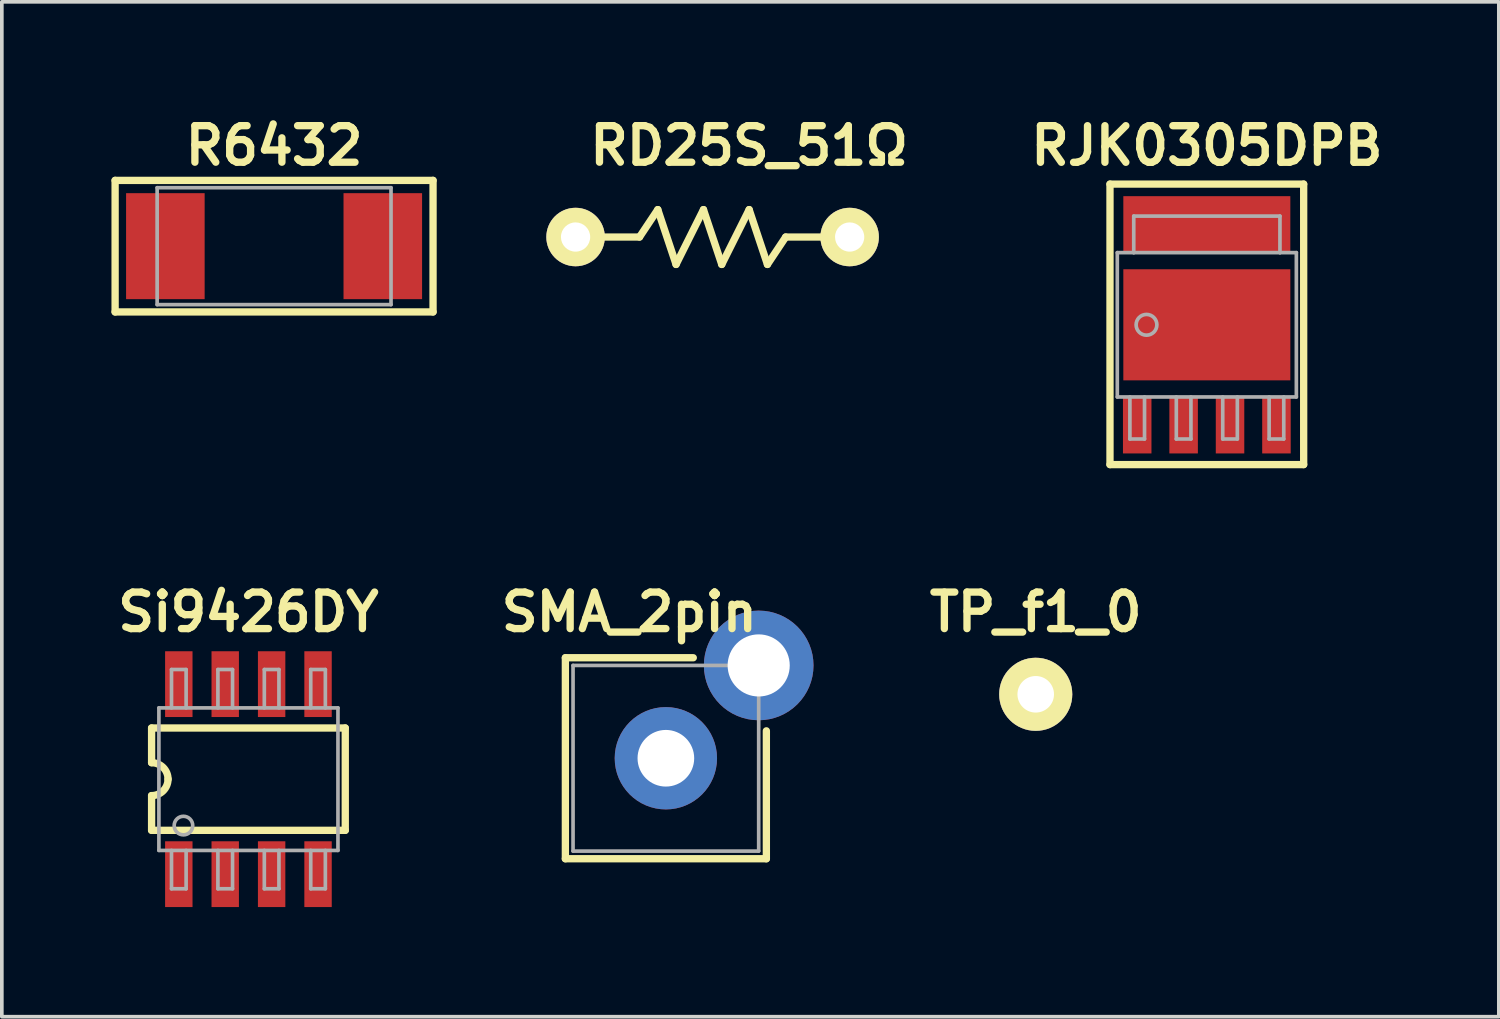
<source format=kicad_pcb>
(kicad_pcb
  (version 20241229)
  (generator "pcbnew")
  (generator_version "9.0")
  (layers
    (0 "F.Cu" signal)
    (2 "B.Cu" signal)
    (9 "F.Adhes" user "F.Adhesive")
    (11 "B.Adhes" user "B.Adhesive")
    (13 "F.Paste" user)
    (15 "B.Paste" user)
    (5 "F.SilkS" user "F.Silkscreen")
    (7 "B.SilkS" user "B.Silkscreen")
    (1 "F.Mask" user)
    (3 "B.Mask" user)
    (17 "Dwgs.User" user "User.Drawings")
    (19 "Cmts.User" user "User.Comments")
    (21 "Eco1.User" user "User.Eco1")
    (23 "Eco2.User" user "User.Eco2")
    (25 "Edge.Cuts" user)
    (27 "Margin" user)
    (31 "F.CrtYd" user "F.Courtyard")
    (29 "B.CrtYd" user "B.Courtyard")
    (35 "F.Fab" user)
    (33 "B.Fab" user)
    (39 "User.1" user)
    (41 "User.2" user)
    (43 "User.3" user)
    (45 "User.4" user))
  (footprint "RJK0305DPB"
    (layer "F.Cu")
    (at 29.974 5.838)
    (property "Reference" "RJK0305DPB" (at 0 -4.9 0) (layer "F.SilkS") (effects (font (size 1.001 1.001) (thickness 0.201))))
    (attr through_hole)
    (fp_line (start -2.65 -3.85) (end -2.65 3.825) (stroke (width 0.2) (type solid)) (layer "F.SilkS"))
    (fp_line (start -2.65 -3.85) (end 2.65 -3.85) (stroke (width 0.2) (type solid)) (layer "F.SilkS"))
    (fp_line (start -2.65 3.825) (end 2.65 3.825) (stroke (width 0.2) (type solid)) (layer "F.SilkS"))
    (fp_line (start 2.65 3.825) (end 2.65 -3.85) (stroke (width 0.2) (type solid)) (layer "F.SilkS"))
    (fp_line (start -2.45 -1.975) (end -2.45 1.975) (stroke (width 0.1) (type solid)) (layer "F.Fab"))
    (fp_line (start -2.105 1.975) (end -2.105 3.125) (stroke (width 0.1) (type solid)) (layer "F.Fab"))
    (fp_line (start -2.105 3.125) (end -1.705 3.125) (stroke (width 0.1) (type solid)) (layer "F.Fab"))
    (fp_line (start -2 -2.975) (end 2 -2.975) (stroke (width 0.1) (type solid)) (layer "F.Fab"))
    (fp_line (start -2 -1.975) (end -2.45 -1.975) (stroke (width 0.1) (type solid)) (layer "F.Fab"))
    (fp_line (start -2 -1.975) (end -2 -2.975) (stroke (width 0.1) (type solid)) (layer "F.Fab"))
    (fp_line (start -1.705 3.125) (end -1.705 1.975) (stroke (width 0.1) (type solid)) (layer "F.Fab"))
    (fp_line (start -0.835 1.975) (end -0.835 3.125) (stroke (width 0.1) (type solid)) (layer "F.Fab"))
    (fp_line (start -0.835 3.125) (end -0.435 3.125) (stroke (width 0.1) (type solid)) (layer "F.Fab"))
    (fp_line (start -0.435 3.125) (end -0.435 1.975) (stroke (width 0.1) (type solid)) (layer "F.Fab"))
    (fp_line (start 0.435 1.975) (end 0.435 3.125) (stroke (width 0.1) (type solid)) (layer "F.Fab"))
    (fp_line (start 0.435 3.125) (end 0.835 3.125) (stroke (width 0.1) (type solid)) (layer "F.Fab"))
    (fp_line (start 0.835 3.125) (end 0.835 1.975) (stroke (width 0.1) (type solid)) (layer "F.Fab"))
    (fp_line (start 1.705 1.975) (end 1.705 3.125) (stroke (width 0.1) (type solid)) (layer "F.Fab"))
    (fp_line (start 1.705 3.125) (end 2.105 3.125) (stroke (width 0.1) (type solid)) (layer "F.Fab"))
    (fp_line (start 2 -1.975) (end -2 -1.975) (stroke (width 0.1) (type solid)) (layer "F.Fab"))
    (fp_line (start 2.001 -1.975) (end 2.001 -2.975) (stroke (width 0.1) (type solid)) (layer "F.Fab"))
    (fp_line (start 2.105 3.125) (end 2.105 1.975) (stroke (width 0.1) (type solid)) (layer "F.Fab"))
    (fp_line (start 2.45 -1.975) (end 2 -1.975) (stroke (width 0.1) (type solid)) (layer "F.Fab"))
    (fp_line (start 2.45 1.975) (end -2.45 1.975) (stroke (width 0.1) (type solid)) (layer "F.Fab"))
    (fp_line (start 2.45 1.975) (end 2.45 -1.975) (stroke (width 0.1) (type solid)) (layer "F.Fab"))
    (fp_circle (center -1.651 0) (end -1.397 0.127) (stroke (width 0.1) (type solid)) (fill no) (layer "F.Fab"))
    (pad "1" smd rect (at 0 -2.76) (size 4.57 1.52) (layers "F.Cu" "F.Mask" "F.Paste"))
    (pad "1" smd rect (at 0 0) (size 4.57 3.04) (layers "F.Cu" "F.Mask" "F.Paste"))
    (pad "2" smd rect (at 1.905 2.76) (size 0.78 1.52) (layers "F.Cu" "F.Mask" "F.Paste"))
    (pad "3" smd rect (at -1.905 2.76) (size 0.78 1.52) (layers "F.Cu" "F.Mask" "F.Paste"))
    (pad "3" smd rect (at -0.635 2.76) (size 0.78 1.52) (layers "F.Cu" "F.Mask" "F.Paste"))
    (pad "3" smd rect (at 0.635 2.76) (size 0.78 1.52) (layers "F.Cu" "F.Mask" "F.Paste")))
  (footprint "RD25S_51Ω"
    (layer "F.Cu")
    (at 12.7 3.436)
    (property "Reference" "RD25S_51Ω" (at 4.75 -2.5 0) (layer "F.SilkS") (effects (font (size 1 1) (thickness 0.2))))
    (attr through_hole)
    (fp_line (start 1.75 0) (end 0.75 0) (stroke (width 0.2) (type solid)) (layer "F.SilkS"))
    (fp_line (start 1.75 0) (end 2.25 -0.75) (stroke (width 0.2) (type solid)) (layer "F.SilkS"))
    (fp_line (start 2.25 -0.75) (end 2.75 0.75) (stroke (width 0.2) (type solid)) (layer "F.SilkS"))
    (fp_line (start 2.75 0.75) (end 3.5 -0.75) (stroke (width 0.2) (type solid)) (layer "F.SilkS"))
    (fp_line (start 3.5 -0.75) (end 4 0.75) (stroke (width 0.2) (type solid)) (layer "F.SilkS"))
    (fp_line (start 4 0.75) (end 4.75 -0.75) (stroke (width 0.2) (type solid)) (layer "F.SilkS"))
    (fp_line (start 4.75 -0.75) (end 5.25 0.75) (stroke (width 0.2) (type solid)) (layer "F.SilkS"))
    (fp_line (start 5.25 0.75) (end 5.75 0) (stroke (width 0.2) (type solid)) (layer "F.SilkS"))
    (fp_line (start 5.75 0) (end 6.75 0) (stroke (width 0.2) (type solid)) (layer "F.SilkS"))
    (pad "1" thru_hole circle (at 0 0) (size 1.6 1.6) (drill 0.8) (layers "*.Cu" "*.Mask" "F.SilkS"))
    (pad "2" thru_hole circle (at 7.5 0) (size 1.6 1.6) (drill 0.8) (layers "*.Cu" "*.Mask" "F.SilkS")))
  (footprint "Si9426DY"
    (layer "F.Cu")
    (at 3.748 18.271)
    (property "Reference" "Si9426DY" (at 0 -4.572 0) (layer "F.SilkS") (effects (font (size 1 1) (thickness 0.2))))
    (attr through_hole)
    (fp_line (start -2.65 -1.4) (end -2.65 -0.45) (stroke (width 0.2) (type solid)) (layer "F.SilkS"))
    (fp_line (start -2.65 -1.4) (end 2.65 -1.4) (stroke (width 0.2) (type solid)) (layer "F.SilkS"))
    (fp_line (start -2.65 1.4) (end -2.65 0.45) (stroke (width 0.2) (type solid)) (layer "F.SilkS"))
    (fp_line (start 2.65 -1.4) (end 2.65 1.4) (stroke (width 0.2) (type solid)) (layer "F.SilkS"))
    (fp_line (start 2.65 1.4) (end -2.65 1.4) (stroke (width 0.2) (type solid)) (layer "F.SilkS"))
    (fp_arc (start -2.65 -0.45) (mid -2.331802 -0.318198) (end -2.2 0) (stroke (width 0.2) (type solid)) (layer "F.SilkS"))
    (fp_arc (start -2.2 0) (mid -2.331802 0.318198) (end -2.65 0.45) (stroke (width 0.2) (type solid)) (layer "F.SilkS"))
    (fp_line (start -2.45 -1.95) (end -2.45 1.95) (stroke (width 0.1) (type solid)) (layer "F.Fab"))
    (fp_line (start -2.45 1.95) (end 2.45 1.95) (stroke (width 0.1) (type solid)) (layer "F.Fab"))
    (fp_line (start -2.105 -3) (end -2.105 -1.95) (stroke (width 0.1) (type solid)) (layer "F.Fab"))
    (fp_line (start -2.105 1.95) (end -2.105 3) (stroke (width 0.1) (type solid)) (layer "F.Fab"))
    (fp_line (start -2.105 3) (end -1.705 3) (stroke (width 0.1) (type solid)) (layer "F.Fab"))
    (fp_line (start -1.705 -3) (end -2.105 -3) (stroke (width 0.1) (type solid)) (layer "F.Fab"))
    (fp_line (start -1.705 -1.95) (end -1.705 -3) (stroke (width 0.1) (type solid)) (layer "F.Fab"))
    (fp_line (start -1.705 3) (end -1.705 1.95) (stroke (width 0.1) (type solid)) (layer "F.Fab"))
    (fp_line (start -0.835 -3) (end -0.835 -1.95) (stroke (width 0.1) (type solid)) (layer "F.Fab"))
    (fp_line (start -0.835 1.95) (end -0.835 3) (stroke (width 0.1) (type solid)) (layer "F.Fab"))
    (fp_line (start -0.835 3) (end -0.435 3) (stroke (width 0.1) (type solid)) (layer "F.Fab"))
    (fp_line (start -0.435 -3) (end -0.835 -3) (stroke (width 0.1) (type solid)) (layer "F.Fab"))
    (fp_line (start -0.435 -1.95) (end -0.435 -3) (stroke (width 0.1) (type solid)) (layer "F.Fab"))
    (fp_line (start -0.435 3) (end -0.435 1.95) (stroke (width 0.1) (type solid)) (layer "F.Fab"))
    (fp_line (start 0.435 -3) (end 0.435 -1.95) (stroke (width 0.1) (type solid)) (layer "F.Fab"))
    (fp_line (start 0.435 1.95) (end 0.435 3) (stroke (width 0.1) (type solid)) (layer "F.Fab"))
    (fp_line (start 0.435 3) (end 0.835 3) (stroke (width 0.1) (type solid)) (layer "F.Fab"))
    (fp_line (start 0.835 -3) (end 0.435 -3) (stroke (width 0.1) (type solid)) (layer "F.Fab"))
    (fp_line (start 0.835 -1.95) (end 0.835 -3) (stroke (width 0.1) (type solid)) (layer "F.Fab"))
    (fp_line (start 0.835 3) (end 0.835 1.95) (stroke (width 0.1) (type solid)) (layer "F.Fab"))
    (fp_line (start 1.705 -3) (end 1.705 -1.95) (stroke (width 0.1) (type solid)) (layer "F.Fab"))
    (fp_line (start 1.705 1.95) (end 1.705 3) (stroke (width 0.1) (type solid)) (layer "F.Fab"))
    (fp_line (start 1.705 3) (end 2.105 3) (stroke (width 0.1) (type solid)) (layer "F.Fab"))
    (fp_line (start 2.105 -3) (end 1.705 -3) (stroke (width 0.1) (type solid)) (layer "F.Fab"))
    (fp_line (start 2.105 -1.95) (end 2.105 -3) (stroke (width 0.1) (type solid)) (layer "F.Fab"))
    (fp_line (start 2.105 3) (end 2.105 1.95) (stroke (width 0.1) (type solid)) (layer "F.Fab"))
    (fp_line (start 2.45 -1.95) (end -2.45 -1.95) (stroke (width 0.1) (type solid)) (layer "F.Fab"))
    (fp_line (start 2.45 1.95) (end 2.45 -1.95) (stroke (width 0.1) (type solid)) (layer "F.Fab"))
    (fp_circle (center -1.778 1.27) (end -1.778 1.524) (stroke (width 0.1) (type solid)) (fill no) (layer "F.Fab"))
    (pad "1" smd rect (at -1.905 -2.6) (size 0.75 1.8) (layers "F.Cu" "F.Mask" "F.Paste"))
    (pad "1" smd rect (at -0.635 -2.6) (size 0.75 1.8) (layers "F.Cu" "F.Mask" "F.Paste"))
    (pad "1" smd rect (at 0.635 -2.6) (size 0.75 1.8) (layers "F.Cu" "F.Mask" "F.Paste"))
    (pad "1" smd rect (at 1.905 -2.6) (size 0.75 1.8) (layers "F.Cu" "F.Mask" "F.Paste"))
    (pad "2" smd rect (at 1.905 2.6) (size 0.75 1.8) (layers "F.Cu" "F.Mask" "F.Paste"))
    (pad "3" smd rect (at -1.905 2.6) (size 0.75 1.8) (layers "F.Cu" "F.Mask" "F.Paste"))
    (pad "3" smd rect (at -0.635 2.6) (size 0.75 1.8) (layers "F.Cu" "F.Mask" "F.Paste"))
    (pad "3" smd rect (at 0.635 2.6) (size 0.75 1.8) (layers "F.Cu" "F.Mask" "F.Paste")))
  (footprint "SMA_2pin"
    (layer "F.Cu")
    (at 15.171 17.699)
    (property "Reference" "SMA_2pin" (at -1 -4 0) (layer "F.SilkS") (effects (font (size 1 1) (thickness 0.2))))
    (attr through_hole)
    (fp_line (start -2.75 -2.75) (end -2.75 2.75) (stroke (width 0.2) (type solid)) (layer "F.SilkS"))
    (fp_line (start -2.75 2.75) (end 2.75 2.75) (stroke (width 0.2) (type solid)) (layer "F.SilkS"))
    (fp_line (start 0.75 -2.75) (end -2.75 -2.75) (stroke (width 0.2) (type solid)) (layer "F.SilkS"))
    (fp_line (start 2.75 2.75) (end 2.75 -0.75) (stroke (width 0.2) (type solid)) (layer "F.SilkS"))
    (fp_line (start -2.54 -2.54) (end 2.54 -2.54) (stroke (width 0.1) (type solid)) (layer "F.Fab"))
    (fp_line (start -2.54 2.54) (end -2.54 -2.54) (stroke (width 0.1) (type solid)) (layer "F.Fab"))
    (fp_line (start 2.54 -2.54) (end 2.54 2.54) (stroke (width 0.1) (type solid)) (layer "F.Fab"))
    (fp_line (start 2.54 2.54) (end -2.54 2.54) (stroke (width 0.1) (type solid)) (layer "F.Fab"))
    (pad "1" thru_hole circle (at 0 0) (size 2.8 2.8) (drill 1.55) (layers "*.Cu" "*.Mask"))
    (pad "2" thru_hole circle (at 2.54 -2.54) (size 3 3) (drill 1.7) (layers "*.Cu" "*.Mask")))
  (footprint "TP_f1_0"
    (layer "F.Cu")
    (at 25.292 15.949)
    (property "Reference" "TP_f1_0" (at 0 -2.25 0) (layer "F.SilkS") (effects (font (size 1 1) (thickness 0.2))))
    (attr through_hole)
    (pad "1" thru_hole circle (at 0 0) (size 2 2) (drill 1) (layers "*.Cu" "*.Mask" "F.SilkS")))
  (footprint "R6432"
    (placed yes)
    (layer "F.Cu")
    (at 4.45 3.686)
    (property "Reference" "R6432" (at 0 -2.75 0) (layer "F.SilkS") (effects (font (size 1 1) (thickness 0.2))))
    (attr through_hole)
    (fp_line (start -4.35 -1.8) (end 4.35 -1.8) (stroke (width 0.2) (type solid)) (layer "F.SilkS"))
    (fp_line (start -4.35 1.8) (end -4.35 -1.8) (stroke (width 0.2) (type solid)) (layer "F.SilkS"))
    (fp_line (start 4.35 -1.8) (end 4.35 1.8) (stroke (width 0.2) (type solid)) (layer "F.SilkS"))
    (fp_line (start 4.35 1.8) (end -4.35 1.8) (stroke (width 0.2) (type solid)) (layer "F.SilkS"))
    (fp_line (start -3.2 -1.6) (end -3.2 1.6) (stroke (width 0.1) (type solid)) (layer "F.Fab"))
    (fp_line (start -3.2 1.6) (end 3.2 1.6) (stroke (width 0.1) (type solid)) (layer "F.Fab"))
    (fp_line (start 3.2 -1.6) (end -3.2 -1.6) (stroke (width 0.1) (type solid)) (layer "F.Fab"))
    (fp_line (start 3.2 1.6) (end 3.2 -1.6) (stroke (width 0.1) (type solid)) (layer "F.Fab"))
    (pad "1" smd rect (at -2.975 0) (size 2.15 2.9) (layers "F.Cu" "F.Mask"))
    (pad "2" smd rect (at 2.975 0) (size 2.15 2.9) (layers "F.Cu" "F.Mask")))
  (gr_rect
    (start -3 -3)
    (end 37.964 24.771)
    (stroke (width 0.1) (type default))
    (fill no)
    (layer "Edge.Cuts")))
</source>
